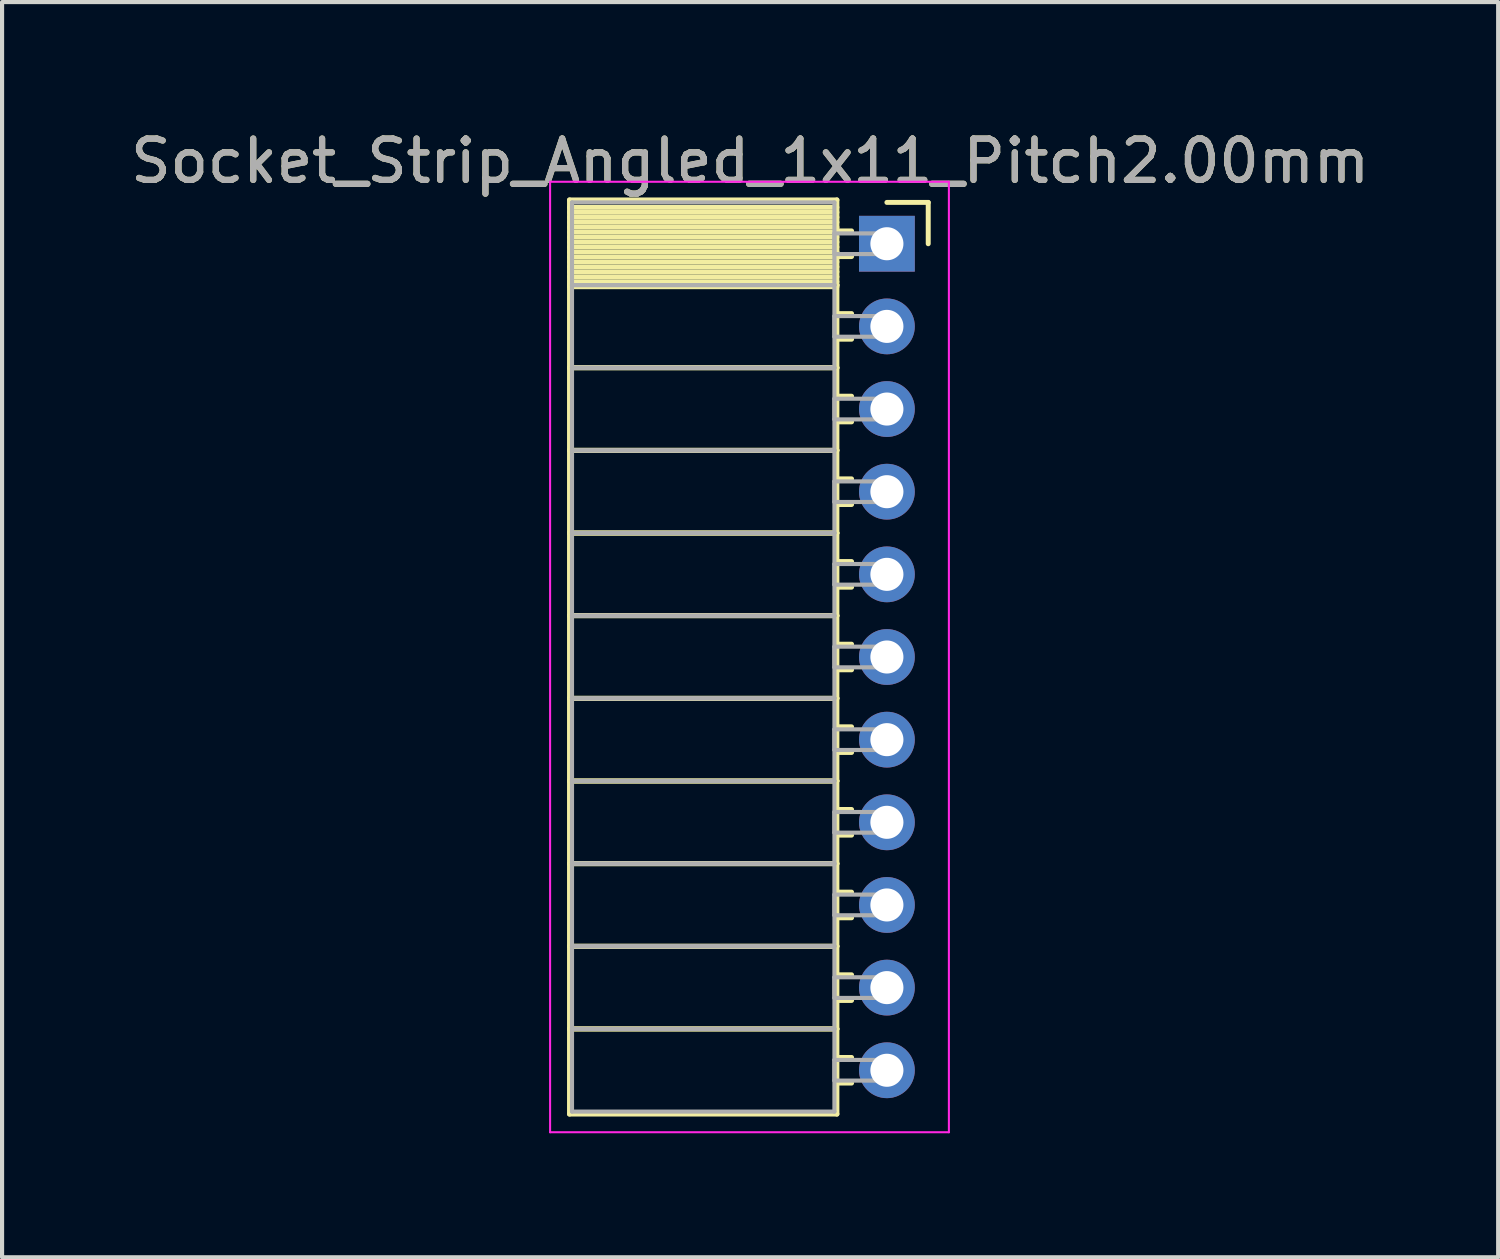
<source format=kicad_pcb>
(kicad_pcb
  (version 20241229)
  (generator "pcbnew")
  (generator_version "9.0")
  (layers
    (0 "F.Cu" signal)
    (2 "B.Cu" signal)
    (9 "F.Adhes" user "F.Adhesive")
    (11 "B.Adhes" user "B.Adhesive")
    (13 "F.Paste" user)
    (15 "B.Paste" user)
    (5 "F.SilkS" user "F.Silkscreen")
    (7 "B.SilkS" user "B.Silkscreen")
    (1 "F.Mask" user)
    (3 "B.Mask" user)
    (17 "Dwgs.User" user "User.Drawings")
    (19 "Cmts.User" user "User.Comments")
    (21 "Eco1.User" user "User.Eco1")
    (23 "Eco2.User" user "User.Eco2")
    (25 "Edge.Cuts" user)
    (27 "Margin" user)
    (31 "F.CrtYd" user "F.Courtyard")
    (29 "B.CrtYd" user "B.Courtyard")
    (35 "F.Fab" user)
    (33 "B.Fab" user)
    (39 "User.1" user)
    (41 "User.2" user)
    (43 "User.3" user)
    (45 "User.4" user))
  (footprint "Socket_Strip_Angled_1x11_Pitch2.00mm"
    (layer "F.Cu")
    (at 18.411 2.848)
    (property "Reference" "Socket_Strip_Angled_1x11_Pitch2.00mm" (at -3.31 -2 0) (layer "F.SilkS") (effects (font (size 1 1) (thickness 0.15))))
    (attr through_hole)
    (fp_line (start -7.68 -1.06) (end -1.21 -1.06) (stroke (width 0.12) (type solid)) (layer "F.SilkS"))
    (fp_line (start -7.68 1) (end -7.68 -1.06) (stroke (width 0.12) (type solid)) (layer "F.SilkS"))
    (fp_line (start -7.68 1) (end -1.21 1) (stroke (width 0.12) (type solid)) (layer "F.SilkS"))
    (fp_line (start -7.68 3) (end -7.68 1) (stroke (width 0.12) (type solid)) (layer "F.SilkS"))
    (fp_line (start -7.68 3) (end -1.21 3) (stroke (width 0.12) (type solid)) (layer "F.SilkS"))
    (fp_line (start -7.68 5) (end -7.68 3) (stroke (width 0.12) (type solid)) (layer "F.SilkS"))
    (fp_line (start -7.68 5) (end -1.21 5) (stroke (width 0.12) (type solid)) (layer "F.SilkS"))
    (fp_line (start -7.68 7) (end -7.68 5) (stroke (width 0.12) (type solid)) (layer "F.SilkS"))
    (fp_line (start -7.68 7) (end -1.21 7) (stroke (width 0.12) (type solid)) (layer "F.SilkS"))
    (fp_line (start -7.68 9) (end -7.68 7) (stroke (width 0.12) (type solid)) (layer "F.SilkS"))
    (fp_line (start -7.68 9) (end -1.21 9) (stroke (width 0.12) (type solid)) (layer "F.SilkS"))
    (fp_line (start -7.68 11) (end -7.68 9) (stroke (width 0.12) (type solid)) (layer "F.SilkS"))
    (fp_line (start -7.68 11) (end -1.21 11) (stroke (width 0.12) (type solid)) (layer "F.SilkS"))
    (fp_line (start -7.68 13) (end -7.68 11) (stroke (width 0.12) (type solid)) (layer "F.SilkS"))
    (fp_line (start -7.68 13) (end -1.21 13) (stroke (width 0.12) (type solid)) (layer "F.SilkS"))
    (fp_line (start -7.68 15) (end -7.68 13) (stroke (width 0.12) (type solid)) (layer "F.SilkS"))
    (fp_line (start -7.68 15) (end -1.21 15) (stroke (width 0.12) (type solid)) (layer "F.SilkS"))
    (fp_line (start -7.68 17) (end -7.68 15) (stroke (width 0.12) (type solid)) (layer "F.SilkS"))
    (fp_line (start -7.68 17) (end -1.21 17) (stroke (width 0.12) (type solid)) (layer "F.SilkS"))
    (fp_line (start -7.68 19) (end -7.68 17) (stroke (width 0.12) (type solid)) (layer "F.SilkS"))
    (fp_line (start -7.68 19) (end -1.21 19) (stroke (width 0.12) (type solid)) (layer "F.SilkS"))
    (fp_line (start -7.68 21.06) (end -7.68 19) (stroke (width 0.12) (type solid)) (layer "F.SilkS"))
    (fp_line (start -1.21 -1.06) (end -1.21 1) (stroke (width 0.12) (type solid)) (layer "F.SilkS"))
    (fp_line (start -1.21 -0.88) (end -7.68 -0.88) (stroke (width 0.12) (type solid)) (layer "F.SilkS"))
    (fp_line (start -1.21 -0.76) (end -7.68 -0.76) (stroke (width 0.12) (type solid)) (layer "F.SilkS"))
    (fp_line (start -1.21 -0.64) (end -7.68 -0.64) (stroke (width 0.12) (type solid)) (layer "F.SilkS"))
    (fp_line (start -1.21 -0.52) (end -7.68 -0.52) (stroke (width 0.12) (type solid)) (layer "F.SilkS"))
    (fp_line (start -1.21 -0.4) (end -7.68 -0.4) (stroke (width 0.12) (type solid)) (layer "F.SilkS"))
    (fp_line (start -1.21 -0.28) (end -7.68 -0.28) (stroke (width 0.12) (type solid)) (layer "F.SilkS"))
    (fp_line (start -1.21 -0.16) (end -7.68 -0.16) (stroke (width 0.12) (type solid)) (layer "F.SilkS"))
    (fp_line (start -1.21 -0.04) (end -7.68 -0.04) (stroke (width 0.12) (type solid)) (layer "F.SilkS"))
    (fp_line (start -1.21 0.08) (end -7.68 0.08) (stroke (width 0.12) (type solid)) (layer "F.SilkS"))
    (fp_line (start -1.21 0.2) (end -7.68 0.2) (stroke (width 0.12) (type solid)) (layer "F.SilkS"))
    (fp_line (start -1.21 0.32) (end -7.68 0.32) (stroke (width 0.12) (type solid)) (layer "F.SilkS"))
    (fp_line (start -1.21 0.44) (end -7.68 0.44) (stroke (width 0.12) (type solid)) (layer "F.SilkS"))
    (fp_line (start -1.21 0.56) (end -7.68 0.56) (stroke (width 0.12) (type solid)) (layer "F.SilkS"))
    (fp_line (start -1.21 0.68) (end -7.68 0.68) (stroke (width 0.12) (type solid)) (layer "F.SilkS"))
    (fp_line (start -1.21 0.8) (end -7.68 0.8) (stroke (width 0.12) (type solid)) (layer "F.SilkS"))
    (fp_line (start -1.21 0.92) (end -7.68 0.92) (stroke (width 0.12) (type solid)) (layer "F.SilkS"))
    (fp_line (start -1.21 1) (end -7.68 1) (stroke (width 0.12) (type solid)) (layer "F.SilkS"))
    (fp_line (start -1.21 1) (end -1.21 3) (stroke (width 0.12) (type solid)) (layer "F.SilkS"))
    (fp_line (start -1.21 1.04) (end -7.68 1.04) (stroke (width 0.12) (type solid)) (layer "F.SilkS"))
    (fp_line (start -1.21 3) (end -7.68 3) (stroke (width 0.12) (type solid)) (layer "F.SilkS"))
    (fp_line (start -1.21 3) (end -1.21 5) (stroke (width 0.12) (type solid)) (layer "F.SilkS"))
    (fp_line (start -1.21 5) (end -7.68 5) (stroke (width 0.12) (type solid)) (layer "F.SilkS"))
    (fp_line (start -1.21 5) (end -1.21 7) (stroke (width 0.12) (type solid)) (layer "F.SilkS"))
    (fp_line (start -1.21 7) (end -7.68 7) (stroke (width 0.12) (type solid)) (layer "F.SilkS"))
    (fp_line (start -1.21 7) (end -1.21 9) (stroke (width 0.12) (type solid)) (layer "F.SilkS"))
    (fp_line (start -1.21 9) (end -7.68 9) (stroke (width 0.12) (type solid)) (layer "F.SilkS"))
    (fp_line (start -1.21 9) (end -1.21 11) (stroke (width 0.12) (type solid)) (layer "F.SilkS"))
    (fp_line (start -1.21 11) (end -7.68 11) (stroke (width 0.12) (type solid)) (layer "F.SilkS"))
    (fp_line (start -1.21 11) (end -1.21 13) (stroke (width 0.12) (type solid)) (layer "F.SilkS"))
    (fp_line (start -1.21 13) (end -7.68 13) (stroke (width 0.12) (type solid)) (layer "F.SilkS"))
    (fp_line (start -1.21 13) (end -1.21 15) (stroke (width 0.12) (type solid)) (layer "F.SilkS"))
    (fp_line (start -1.21 15) (end -7.68 15) (stroke (width 0.12) (type solid)) (layer "F.SilkS"))
    (fp_line (start -1.21 15) (end -1.21 17) (stroke (width 0.12) (type solid)) (layer "F.SilkS"))
    (fp_line (start -1.21 17) (end -7.68 17) (stroke (width 0.12) (type solid)) (layer "F.SilkS"))
    (fp_line (start -1.21 17) (end -1.21 19) (stroke (width 0.12) (type solid)) (layer "F.SilkS"))
    (fp_line (start -1.21 19) (end -7.68 19) (stroke (width 0.12) (type solid)) (layer "F.SilkS"))
    (fp_line (start -1.21 19) (end -1.21 21.06) (stroke (width 0.12) (type solid)) (layer "F.SilkS"))
    (fp_line (start -1.21 21.06) (end -7.68 21.06) (stroke (width 0.12) (type solid)) (layer "F.SilkS"))
    (fp_line (start -0.855 -0.31) (end -1.21 -0.31) (stroke (width 0.12) (type solid)) (layer "F.SilkS"))
    (fp_line (start -0.855 0.31) (end -1.21 0.31) (stroke (width 0.12) (type solid)) (layer "F.SilkS"))
    (fp_line (start -0.855 1.69) (end -1.21 1.69) (stroke (width 0.12) (type solid)) (layer "F.SilkS"))
    (fp_line (start -0.855 2.31) (end -1.21 2.31) (stroke (width 0.12) (type solid)) (layer "F.SilkS"))
    (fp_line (start -0.855 3.69) (end -1.21 3.69) (stroke (width 0.12) (type solid)) (layer "F.SilkS"))
    (fp_line (start -0.855 4.31) (end -1.21 4.31) (stroke (width 0.12) (type solid)) (layer "F.SilkS"))
    (fp_line (start -0.855 5.69) (end -1.21 5.69) (stroke (width 0.12) (type solid)) (layer "F.SilkS"))
    (fp_line (start -0.855 6.31) (end -1.21 6.31) (stroke (width 0.12) (type solid)) (layer "F.SilkS"))
    (fp_line (start -0.855 7.69) (end -1.21 7.69) (stroke (width 0.12) (type solid)) (layer "F.SilkS"))
    (fp_line (start -0.855 8.31) (end -1.21 8.31) (stroke (width 0.12) (type solid)) (layer "F.SilkS"))
    (fp_line (start -0.855 9.69) (end -1.21 9.69) (stroke (width 0.12) (type solid)) (layer "F.SilkS"))
    (fp_line (start -0.855 10.31) (end -1.21 10.31) (stroke (width 0.12) (type solid)) (layer "F.SilkS"))
    (fp_line (start -0.855 11.69) (end -1.21 11.69) (stroke (width 0.12) (type solid)) (layer "F.SilkS"))
    (fp_line (start -0.855 12.31) (end -1.21 12.31) (stroke (width 0.12) (type solid)) (layer "F.SilkS"))
    (fp_line (start -0.855 13.69) (end -1.21 13.69) (stroke (width 0.12) (type solid)) (layer "F.SilkS"))
    (fp_line (start -0.855 14.31) (end -1.21 14.31) (stroke (width 0.12) (type solid)) (layer "F.SilkS"))
    (fp_line (start -0.855 15.69) (end -1.21 15.69) (stroke (width 0.12) (type solid)) (layer "F.SilkS"))
    (fp_line (start -0.855 16.31) (end -1.21 16.31) (stroke (width 0.12) (type solid)) (layer "F.SilkS"))
    (fp_line (start -0.855 17.69) (end -1.21 17.69) (stroke (width 0.12) (type solid)) (layer "F.SilkS"))
    (fp_line (start -0.855 18.31) (end -1.21 18.31) (stroke (width 0.12) (type solid)) (layer "F.SilkS"))
    (fp_line (start -0.855 19.69) (end -1.21 19.69) (stroke (width 0.12) (type solid)) (layer "F.SilkS"))
    (fp_line (start -0.855 20.31) (end -1.21 20.31) (stroke (width 0.12) (type solid)) (layer "F.SilkS"))
    (fp_line (start 0 -1) (end 1 -1) (stroke (width 0.12) (type solid)) (layer "F.SilkS"))
    (fp_line (start 1 -1) (end 1 0) (stroke (width 0.12) (type solid)) (layer "F.SilkS"))
    (fp_line (start -8.15 -1.5) (end 1.5 -1.5) (stroke (width 0.05) (type solid)) (layer "F.CrtYd"))
    (fp_line (start -8.15 21.5) (end -8.15 -1.5) (stroke (width 0.05) (type solid)) (layer "F.CrtYd"))
    (fp_line (start 1.5 -1.5) (end 1.5 21.5) (stroke (width 0.05) (type solid)) (layer "F.CrtYd"))
    (fp_line (start 1.5 21.5) (end -8.15 21.5) (stroke (width 0.05) (type solid)) (layer "F.CrtYd"))
    (fp_line (start -7.62 -1) (end -1.27 -1) (stroke (width 0.1) (type solid)) (layer "F.Fab"))
    (fp_line (start -7.62 1) (end -7.62 -1) (stroke (width 0.1) (type solid)) (layer "F.Fab"))
    (fp_line (start -7.62 1) (end -1.27 1) (stroke (width 0.1) (type solid)) (layer "F.Fab"))
    (fp_line (start -7.62 3) (end -7.62 1) (stroke (width 0.1) (type solid)) (layer "F.Fab"))
    (fp_line (start -7.62 3) (end -1.27 3) (stroke (width 0.1) (type solid)) (layer "F.Fab"))
    (fp_line (start -7.62 5) (end -7.62 3) (stroke (width 0.1) (type solid)) (layer "F.Fab"))
    (fp_line (start -7.62 5) (end -1.27 5) (stroke (width 0.1) (type solid)) (layer "F.Fab"))
    (fp_line (start -7.62 7) (end -7.62 5) (stroke (width 0.1) (type solid)) (layer "F.Fab"))
    (fp_line (start -7.62 7) (end -1.27 7) (stroke (width 0.1) (type solid)) (layer "F.Fab"))
    (fp_line (start -7.62 9) (end -7.62 7) (stroke (width 0.1) (type solid)) (layer "F.Fab"))
    (fp_line (start -7.62 9) (end -1.27 9) (stroke (width 0.1) (type solid)) (layer "F.Fab"))
    (fp_line (start -7.62 11) (end -7.62 9) (stroke (width 0.1) (type solid)) (layer "F.Fab"))
    (fp_line (start -7.62 11) (end -1.27 11) (stroke (width 0.1) (type solid)) (layer "F.Fab"))
    (fp_line (start -7.62 13) (end -7.62 11) (stroke (width 0.1) (type solid)) (layer "F.Fab"))
    (fp_line (start -7.62 13) (end -1.27 13) (stroke (width 0.1) (type solid)) (layer "F.Fab"))
    (fp_line (start -7.62 15) (end -7.62 13) (stroke (width 0.1) (type solid)) (layer "F.Fab"))
    (fp_line (start -7.62 15) (end -1.27 15) (stroke (width 0.1) (type solid)) (layer "F.Fab"))
    (fp_line (start -7.62 17) (end -7.62 15) (stroke (width 0.1) (type solid)) (layer "F.Fab"))
    (fp_line (start -7.62 17) (end -1.27 17) (stroke (width 0.1) (type solid)) (layer "F.Fab"))
    (fp_line (start -7.62 19) (end -7.62 17) (stroke (width 0.1) (type solid)) (layer "F.Fab"))
    (fp_line (start -7.62 19) (end -1.27 19) (stroke (width 0.1) (type solid)) (layer "F.Fab"))
    (fp_line (start -7.62 21) (end -7.62 19) (stroke (width 0.1) (type solid)) (layer "F.Fab"))
    (fp_line (start -1.27 -1) (end -1.27 1) (stroke (width 0.1) (type solid)) (layer "F.Fab"))
    (fp_line (start -1.27 -0.25) (end 0 -0.25) (stroke (width 0.1) (type solid)) (layer "F.Fab"))
    (fp_line (start -1.27 0.25) (end -1.27 -0.25) (stroke (width 0.1) (type solid)) (layer "F.Fab"))
    (fp_line (start -1.27 1) (end -7.62 1) (stroke (width 0.1) (type solid)) (layer "F.Fab"))
    (fp_line (start -1.27 1) (end -1.27 3) (stroke (width 0.1) (type solid)) (layer "F.Fab"))
    (fp_line (start -1.27 1.75) (end 0 1.75) (stroke (width 0.1) (type solid)) (layer "F.Fab"))
    (fp_line (start -1.27 2.25) (end -1.27 1.75) (stroke (width 0.1) (type solid)) (layer "F.Fab"))
    (fp_line (start -1.27 3) (end -7.62 3) (stroke (width 0.1) (type solid)) (layer "F.Fab"))
    (fp_line (start -1.27 3) (end -1.27 5) (stroke (width 0.1) (type solid)) (layer "F.Fab"))
    (fp_line (start -1.27 3.75) (end 0 3.75) (stroke (width 0.1) (type solid)) (layer "F.Fab"))
    (fp_line (start -1.27 4.25) (end -1.27 3.75) (stroke (width 0.1) (type solid)) (layer "F.Fab"))
    (fp_line (start -1.27 5) (end -7.62 5) (stroke (width 0.1) (type solid)) (layer "F.Fab"))
    (fp_line (start -1.27 5) (end -1.27 7) (stroke (width 0.1) (type solid)) (layer "F.Fab"))
    (fp_line (start -1.27 5.75) (end 0 5.75) (stroke (width 0.1) (type solid)) (layer "F.Fab"))
    (fp_line (start -1.27 6.25) (end -1.27 5.75) (stroke (width 0.1) (type solid)) (layer "F.Fab"))
    (fp_line (start -1.27 7) (end -7.62 7) (stroke (width 0.1) (type solid)) (layer "F.Fab"))
    (fp_line (start -1.27 7) (end -1.27 9) (stroke (width 0.1) (type solid)) (layer "F.Fab"))
    (fp_line (start -1.27 7.75) (end 0 7.75) (stroke (width 0.1) (type solid)) (layer "F.Fab"))
    (fp_line (start -1.27 8.25) (end -1.27 7.75) (stroke (width 0.1) (type solid)) (layer "F.Fab"))
    (fp_line (start -1.27 9) (end -7.62 9) (stroke (width 0.1) (type solid)) (layer "F.Fab"))
    (fp_line (start -1.27 9) (end -1.27 11) (stroke (width 0.1) (type solid)) (layer "F.Fab"))
    (fp_line (start -1.27 9.75) (end 0 9.75) (stroke (width 0.1) (type solid)) (layer "F.Fab"))
    (fp_line (start -1.27 10.25) (end -1.27 9.75) (stroke (width 0.1) (type solid)) (layer "F.Fab"))
    (fp_line (start -1.27 11) (end -7.62 11) (stroke (width 0.1) (type solid)) (layer "F.Fab"))
    (fp_line (start -1.27 11) (end -1.27 13) (stroke (width 0.1) (type solid)) (layer "F.Fab"))
    (fp_line (start -1.27 11.75) (end 0 11.75) (stroke (width 0.1) (type solid)) (layer "F.Fab"))
    (fp_line (start -1.27 12.25) (end -1.27 11.75) (stroke (width 0.1) (type solid)) (layer "F.Fab"))
    (fp_line (start -1.27 13) (end -7.62 13) (stroke (width 0.1) (type solid)) (layer "F.Fab"))
    (fp_line (start -1.27 13) (end -1.27 15) (stroke (width 0.1) (type solid)) (layer "F.Fab"))
    (fp_line (start -1.27 13.75) (end 0 13.75) (stroke (width 0.1) (type solid)) (layer "F.Fab"))
    (fp_line (start -1.27 14.25) (end -1.27 13.75) (stroke (width 0.1) (type solid)) (layer "F.Fab"))
    (fp_line (start -1.27 15) (end -7.62 15) (stroke (width 0.1) (type solid)) (layer "F.Fab"))
    (fp_line (start -1.27 15) (end -1.27 17) (stroke (width 0.1) (type solid)) (layer "F.Fab"))
    (fp_line (start -1.27 15.75) (end 0 15.75) (stroke (width 0.1) (type solid)) (layer "F.Fab"))
    (fp_line (start -1.27 16.25) (end -1.27 15.75) (stroke (width 0.1) (type solid)) (layer "F.Fab"))
    (fp_line (start -1.27 17) (end -7.62 17) (stroke (width 0.1) (type solid)) (layer "F.Fab"))
    (fp_line (start -1.27 17) (end -1.27 19) (stroke (width 0.1) (type solid)) (layer "F.Fab"))
    (fp_line (start -1.27 17.75) (end 0 17.75) (stroke (width 0.1) (type solid)) (layer "F.Fab"))
    (fp_line (start -1.27 18.25) (end -1.27 17.75) (stroke (width 0.1) (type solid)) (layer "F.Fab"))
    (fp_line (start -1.27 19) (end -7.62 19) (stroke (width 0.1) (type solid)) (layer "F.Fab"))
    (fp_line (start -1.27 19) (end -1.27 21) (stroke (width 0.1) (type solid)) (layer "F.Fab"))
    (fp_line (start -1.27 19.75) (end 0 19.75) (stroke (width 0.1) (type solid)) (layer "F.Fab"))
    (fp_line (start -1.27 20.25) (end -1.27 19.75) (stroke (width 0.1) (type solid)) (layer "F.Fab"))
    (fp_line (start -1.27 21) (end -7.62 21) (stroke (width 0.1) (type solid)) (layer "F.Fab"))
    (fp_line (start 0 -0.25) (end 0 0.25) (stroke (width 0.1) (type solid)) (layer "F.Fab"))
    (fp_line (start 0 0.25) (end -1.27 0.25) (stroke (width 0.1) (type solid)) (layer "F.Fab"))
    (fp_line (start 0 1.75) (end 0 2.25) (stroke (width 0.1) (type solid)) (layer "F.Fab"))
    (fp_line (start 0 2.25) (end -1.27 2.25) (stroke (width 0.1) (type solid)) (layer "F.Fab"))
    (fp_line (start 0 3.75) (end 0 4.25) (stroke (width 0.1) (type solid)) (layer "F.Fab"))
    (fp_line (start 0 4.25) (end -1.27 4.25) (stroke (width 0.1) (type solid)) (layer "F.Fab"))
    (fp_line (start 0 5.75) (end 0 6.25) (stroke (width 0.1) (type solid)) (layer "F.Fab"))
    (fp_line (start 0 6.25) (end -1.27 6.25) (stroke (width 0.1) (type solid)) (layer "F.Fab"))
    (fp_line (start 0 7.75) (end 0 8.25) (stroke (width 0.1) (type solid)) (layer "F.Fab"))
    (fp_line (start 0 8.25) (end -1.27 8.25) (stroke (width 0.1) (type solid)) (layer "F.Fab"))
    (fp_line (start 0 9.75) (end 0 10.25) (stroke (width 0.1) (type solid)) (layer "F.Fab"))
    (fp_line (start 0 10.25) (end -1.27 10.25) (stroke (width 0.1) (type solid)) (layer "F.Fab"))
    (fp_line (start 0 11.75) (end 0 12.25) (stroke (width 0.1) (type solid)) (layer "F.Fab"))
    (fp_line (start 0 12.25) (end -1.27 12.25) (stroke (width 0.1) (type solid)) (layer "F.Fab"))
    (fp_line (start 0 13.75) (end 0 14.25) (stroke (width 0.1) (type solid)) (layer "F.Fab"))
    (fp_line (start 0 14.25) (end -1.27 14.25) (stroke (width 0.1) (type solid)) (layer "F.Fab"))
    (fp_line (start 0 15.75) (end 0 16.25) (stroke (width 0.1) (type solid)) (layer "F.Fab"))
    (fp_line (start 0 16.25) (end -1.27 16.25) (stroke (width 0.1) (type solid)) (layer "F.Fab"))
    (fp_line (start 0 17.75) (end 0 18.25) (stroke (width 0.1) (type solid)) (layer "F.Fab"))
    (fp_line (start 0 18.25) (end -1.27 18.25) (stroke (width 0.1) (type solid)) (layer "F.Fab"))
    (fp_line (start 0 19.75) (end 0 20.25) (stroke (width 0.1) (type solid)) (layer "F.Fab"))
    (fp_line (start 0 20.25) (end -1.27 20.25) (stroke (width 0.1) (type solid)) (layer "F.Fab"))
    (fp_text user "${REFERENCE}" (at -3.31 -2 0) (layer "F.Fab") (effects (font (size 1 1) (thickness 0.15))))
    (pad "1" thru_hole rect (at 0 0) (size 1.35 1.35) (drill 0.8) (layers "*.Cu" "*.Mask"))
    (pad "2" thru_hole oval (at 0 2) (size 1.35 1.35) (drill 0.8) (layers "*.Cu" "*.Mask"))
    (pad "3" thru_hole oval (at 0 4) (size 1.35 1.35) (drill 0.8) (layers "*.Cu" "*.Mask"))
    (pad "4" thru_hole oval (at 0 6) (size 1.35 1.35) (drill 0.8) (layers "*.Cu" "*.Mask"))
    (pad "5" thru_hole oval (at 0 8) (size 1.35 1.35) (drill 0.8) (layers "*.Cu" "*.Mask"))
    (pad "6" thru_hole oval (at 0 10) (size 1.35 1.35) (drill 0.8) (layers "*.Cu" "*.Mask"))
    (pad "7" thru_hole oval (at 0 12) (size 1.35 1.35) (drill 0.8) (layers "*.Cu" "*.Mask"))
    (pad "8" thru_hole oval (at 0 14) (size 1.35 1.35) (drill 0.8) (layers "*.Cu" "*.Mask"))
    (pad "9" thru_hole oval (at 0 16) (size 1.35 1.35) (drill 0.8) (layers "*.Cu" "*.Mask"))
    (pad "10" thru_hole oval (at 0 18) (size 1.35 1.35) (drill 0.8) (layers "*.Cu" "*.Mask"))
    (pad "11" thru_hole oval (at 0 20) (size 1.35 1.35) (drill 0.8) (layers "*.Cu" "*.Mask")))
  (gr_rect
    (start -3 -3)
    (end 33.202 27.373)
    (stroke (width 0.1) (type default))
    (fill no)
    (layer "Edge.Cuts")))
</source>
